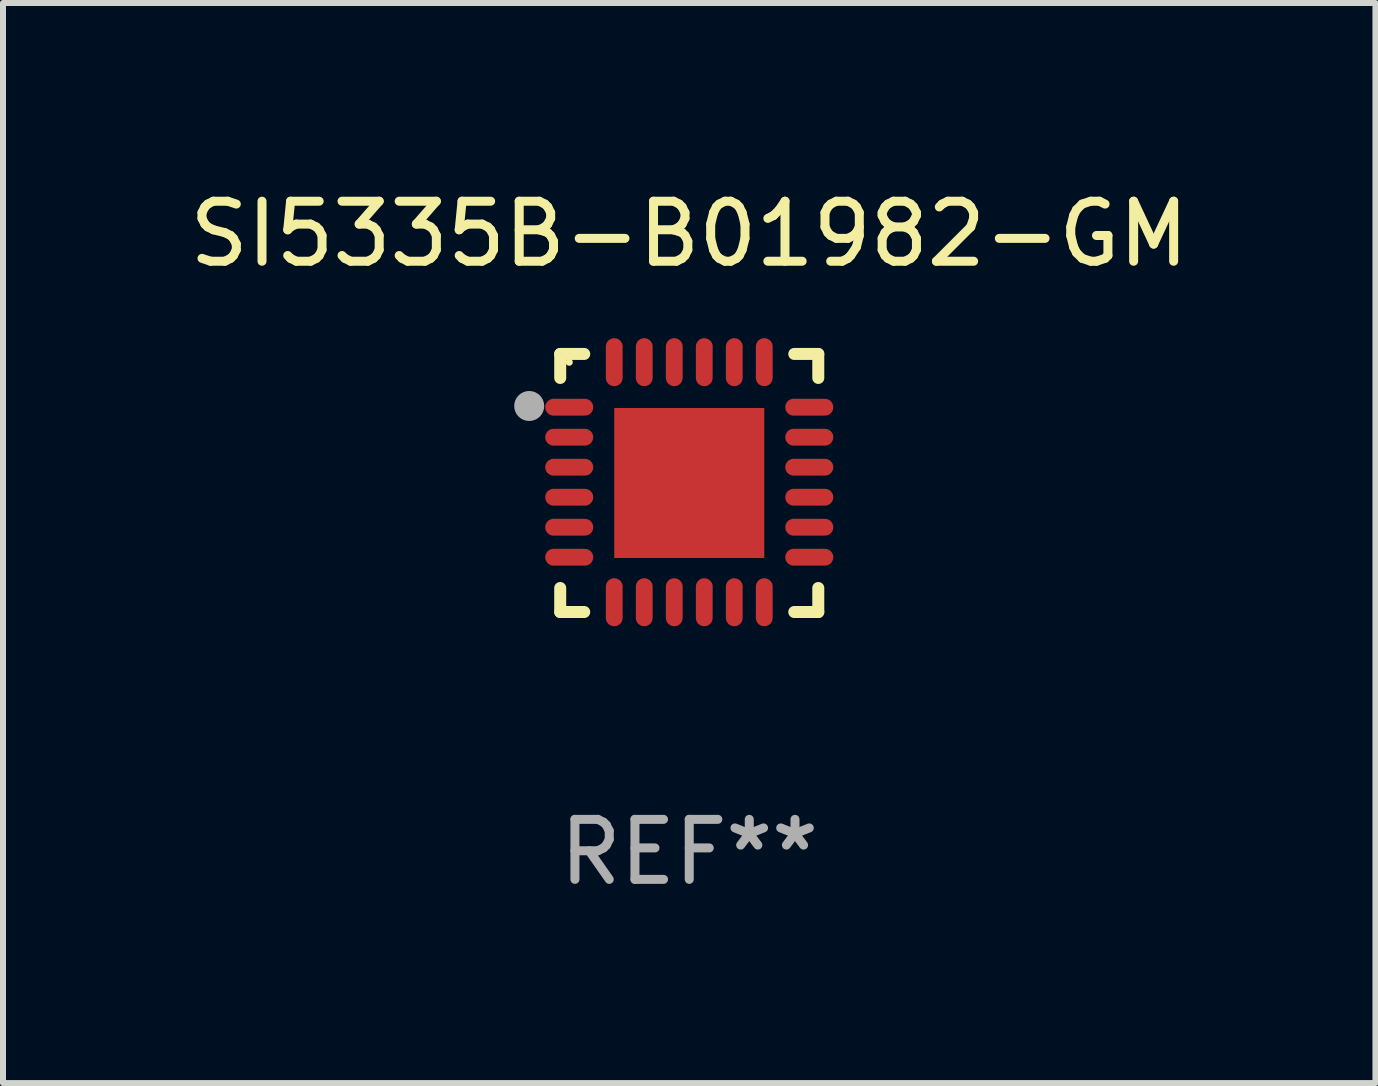
<source format=kicad_pcb>
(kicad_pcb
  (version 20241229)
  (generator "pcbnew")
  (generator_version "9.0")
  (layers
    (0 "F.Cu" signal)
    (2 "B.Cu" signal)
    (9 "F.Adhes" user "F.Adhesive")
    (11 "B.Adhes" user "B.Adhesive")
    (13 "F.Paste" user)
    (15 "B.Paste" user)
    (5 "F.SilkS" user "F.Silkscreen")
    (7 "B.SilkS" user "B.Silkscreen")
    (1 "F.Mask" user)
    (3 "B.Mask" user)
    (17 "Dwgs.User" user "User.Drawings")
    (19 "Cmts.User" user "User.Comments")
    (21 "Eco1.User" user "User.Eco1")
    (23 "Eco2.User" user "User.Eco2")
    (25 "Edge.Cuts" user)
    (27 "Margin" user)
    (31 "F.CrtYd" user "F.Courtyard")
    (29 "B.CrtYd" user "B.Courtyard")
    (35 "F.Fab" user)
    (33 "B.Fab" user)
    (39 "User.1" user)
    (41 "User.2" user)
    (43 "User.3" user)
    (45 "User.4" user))
  (footprint "SI5335B-B01982-GM"
    (layer "F.Cu")
    (at 8.435 4.998)
    (property "Reference" "SI5335B-B01982-GM" (at 0 -4.15 0) (layer "F.SilkS") (effects (font (size 1 1) (thickness 0.15))))
    (attr through_hole)
    (fp_line (start -2.15 -2.15) (end -1.75 -2.15) (stroke (width 0.2) (type solid)) (layer "F.SilkS"))
    (fp_line (start -2.15 -1.75) (end -2.15 -2.15) (stroke (width 0.2) (type solid)) (layer "F.SilkS"))
    (fp_line (start -2.15 2.15) (end -2.15 1.75) (stroke (width 0.2) (type solid)) (layer "F.SilkS"))
    (fp_line (start -1.75 2.15) (end -2.15 2.15) (stroke (width 0.2) (type solid)) (layer "F.SilkS"))
    (fp_line (start 1.75 -2.15) (end 2.15 -2.15) (stroke (width 0.2) (type solid)) (layer "F.SilkS"))
    (fp_line (start 1.75 2.15) (end 2.15 2.15) (stroke (width 0.2) (type solid)) (layer "F.SilkS"))
    (fp_line (start 2.15 -2.15) (end 2.15 -1.75) (stroke (width 0.2) (type solid)) (layer "F.SilkS"))
    (fp_line (start 2.15 2.15) (end 2.15 1.75) (stroke (width 0.2) (type solid)) (layer "F.SilkS"))
    (fp_circle (center -2 -2.013) (end -1.97 -2.013) (stroke (width 0.06) (type solid)) (fill no) (layer "F.SilkS"))
    (fp_circle (center -2.667 -1.283) (end -2.542 -1.283) (stroke (width 0.25) (type solid)) (fill no) (layer "F.Fab"))
    (fp_text user "REF**" (at 0 6.15 0) (layer "F.Fab") (effects (font (size 1 1) (thickness 0.15))))
    (pad "1" smd oval (at -2 -1.263) (size 0.8 0.28) (layers "F.Cu" "F.Mask" "F.Paste"))
    (pad "2" smd oval (at -2 -0.763) (size 0.8 0.28) (layers "F.Cu" "F.Mask" "F.Paste"))
    (pad "3" smd oval (at -2 -0.263) (size 0.8 0.28) (layers "F.Cu" "F.Mask" "F.Paste"))
    (pad "4" smd oval (at -2 0.237) (size 0.8 0.28) (layers "F.Cu" "F.Mask" "F.Paste"))
    (pad "5" smd oval (at -2 0.737) (size 0.8 0.28) (layers "F.Cu" "F.Mask" "F.Paste"))
    (pad "6" smd oval (at -2 1.237) (size 0.8 0.28) (layers "F.Cu" "F.Mask" "F.Paste"))
    (pad "7" smd oval (at -1.25 1.987) (size 0.28 0.8) (layers "F.Cu" "F.Mask" "F.Paste"))
    (pad "8" smd oval (at -0.75 1.987) (size 0.28 0.8) (layers "F.Cu" "F.Mask" "F.Paste"))
    (pad "9" smd oval (at -0.25 1.987) (size 0.28 0.8) (layers "F.Cu" "F.Mask" "F.Paste"))
    (pad "10" smd oval (at 0.25 1.987) (size 0.28 0.8) (layers "F.Cu" "F.Mask" "F.Paste"))
    (pad "11" smd oval (at 0.75 1.987) (size 0.28 0.8) (layers "F.Cu" "F.Mask" "F.Paste"))
    (pad "12" smd oval (at 1.25 1.987) (size 0.28 0.8) (layers "F.Cu" "F.Mask" "F.Paste"))
    (pad "13" smd oval (at 2 1.237) (size 0.8 0.28) (layers "F.Cu" "F.Mask" "F.Paste"))
    (pad "14" smd oval (at 2 0.737) (size 0.8 0.28) (layers "F.Cu" "F.Mask" "F.Paste"))
    (pad "15" smd oval (at 2 0.237) (size 0.8 0.28) (layers "F.Cu" "F.Mask" "F.Paste"))
    (pad "16" smd oval (at 2 -0.263) (size 0.8 0.28) (layers "F.Cu" "F.Mask" "F.Paste"))
    (pad "17" smd oval (at 2 -0.763) (size 0.8 0.28) (layers "F.Cu" "F.Mask" "F.Paste"))
    (pad "18" smd oval (at 2 -1.263) (size 0.8 0.28) (layers "F.Cu" "F.Mask" "F.Paste"))
    (pad "19" smd oval (at 1.25 -2.013) (size 0.28 0.8) (layers "F.Cu" "F.Mask" "F.Paste"))
    (pad "20" smd oval (at 0.75 -2.013) (size 0.28 0.8) (layers "F.Cu" "F.Mask" "F.Paste"))
    (pad "21" smd oval (at 0.25 -2.013) (size 0.28 0.8) (layers "F.Cu" "F.Mask" "F.Paste"))
    (pad "22" smd oval (at -0.25 -2.013) (size 0.28 0.8) (layers "F.Cu" "F.Mask" "F.Paste"))
    (pad "23" smd oval (at -0.75 -2.013) (size 0.28 0.8) (layers "F.Cu" "F.Mask" "F.Paste"))
    (pad "24" smd oval (at -1.25 -2.013) (size 0.28 0.8) (layers "F.Cu" "F.Mask" "F.Paste"))
    (pad "25" smd rect (at -0.000127 -0.00014) (size 2.5 2.5) (layers "F.Cu" "F.Mask" "F.Paste")))
  (gr_rect
    (start -3 -3)
    (end 19.869 14.997)
    (stroke (width 0.1) (type default))
    (fill no)
    (layer "Edge.Cuts")))
</source>
